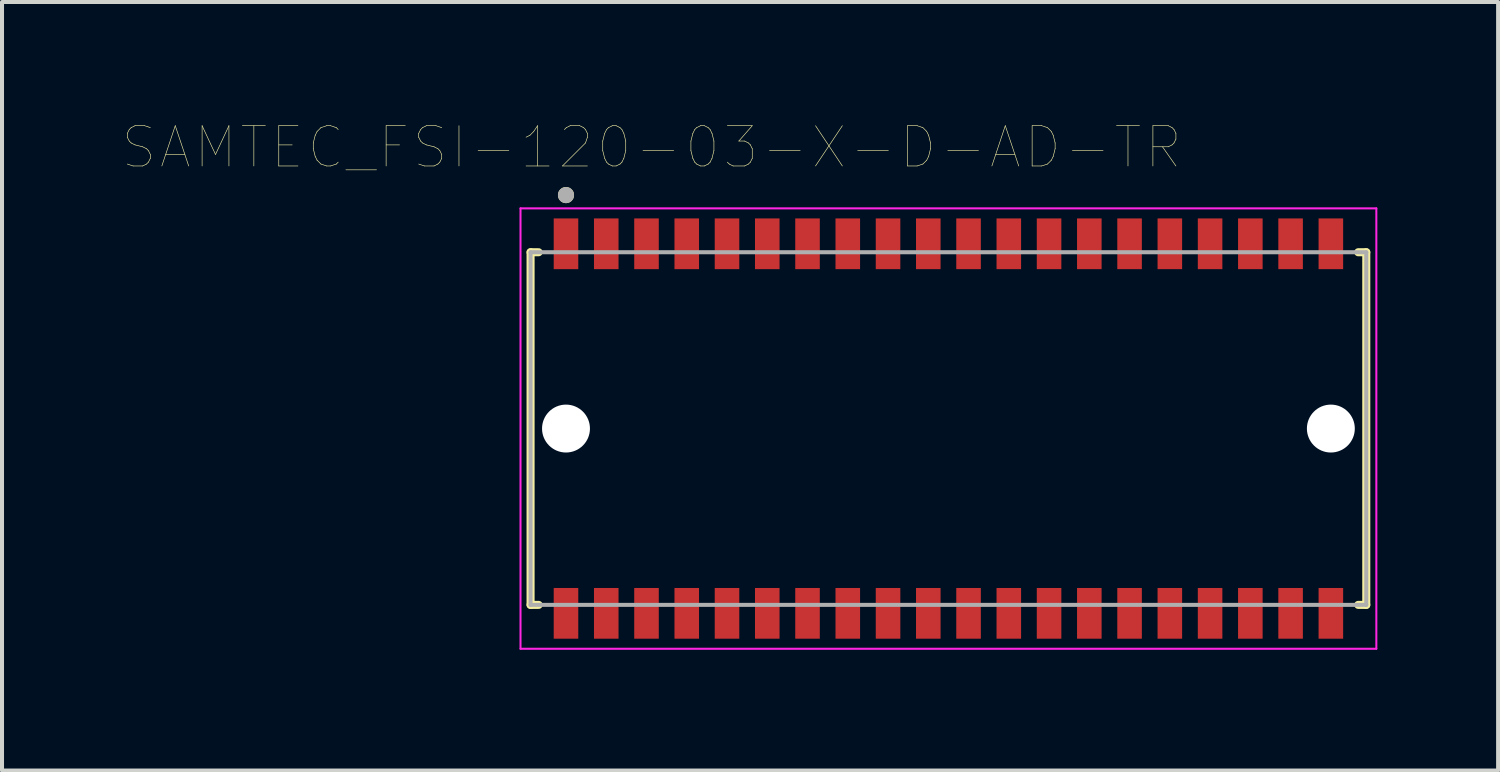
<source format=kicad_pcb>
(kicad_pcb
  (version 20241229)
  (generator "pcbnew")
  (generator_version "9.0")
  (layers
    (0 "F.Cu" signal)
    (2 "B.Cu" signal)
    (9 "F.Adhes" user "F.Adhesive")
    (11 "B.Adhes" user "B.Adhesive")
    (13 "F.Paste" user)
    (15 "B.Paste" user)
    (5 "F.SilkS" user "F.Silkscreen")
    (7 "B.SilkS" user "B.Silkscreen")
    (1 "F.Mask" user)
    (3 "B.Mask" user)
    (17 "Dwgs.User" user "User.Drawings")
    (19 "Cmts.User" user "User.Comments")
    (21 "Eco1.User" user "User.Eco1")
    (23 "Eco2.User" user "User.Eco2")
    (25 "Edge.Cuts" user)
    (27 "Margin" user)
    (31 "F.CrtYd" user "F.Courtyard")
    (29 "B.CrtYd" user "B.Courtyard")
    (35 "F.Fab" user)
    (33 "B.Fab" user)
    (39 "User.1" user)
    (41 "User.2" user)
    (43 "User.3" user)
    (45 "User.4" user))
  (footprint "SAMTEC_FSI-120-03-X-D-AD-TR"
    (layer "F.Cu")
    (at 20.51 7.596)
    (property "Reference" "SAMTEC_FSI-120-03-X-D-AD-TR" (at -7.373 -6.985 0) (layer "F.SilkS") (effects (font (size 1 1) (thickness 0.015))))
    (attr through_hole)
    (fp_line (start -10.38 -4.38) (end -10.38 4.38) (stroke (width 0.2) (type solid)) (layer "F.SilkS"))
    (fp_line (start -10.38 4.38) (end -10.18 4.38) (stroke (width 0.2) (type solid)) (layer "F.SilkS"))
    (fp_line (start -10.18 -4.38) (end -10.38 -4.38) (stroke (width 0.2) (type solid)) (layer "F.SilkS"))
    (fp_line (start 10.18 -4.38) (end 10.38 -4.38) (stroke (width 0.2) (type solid)) (layer "F.SilkS"))
    (fp_line (start 10.38 -4.38) (end 10.38 4.38) (stroke (width 0.2) (type solid)) (layer "F.SilkS"))
    (fp_line (start 10.38 4.38) (end 10.18 4.38) (stroke (width 0.2) (type solid)) (layer "F.SilkS"))
    (fp_circle (center -9.5 -5.8) (end -9.4 -5.8) (stroke (width 0.2) (type solid)) (fill no) (layer "F.SilkS"))
    (fp_line (start -10.63 -5.47) (end 10.63 -5.47) (stroke (width 0.05) (type solid)) (layer "F.CrtYd"))
    (fp_line (start -10.63 5.47) (end -10.63 -5.47) (stroke (width 0.05) (type solid)) (layer "F.CrtYd"))
    (fp_line (start 10.63 -5.47) (end 10.63 5.47) (stroke (width 0.05) (type solid)) (layer "F.CrtYd"))
    (fp_line (start 10.63 5.47) (end -10.63 5.47) (stroke (width 0.05) (type solid)) (layer "F.CrtYd"))
    (fp_line (start -10.38 -4.38) (end 10.38 -4.38) (stroke (width 0.1) (type solid)) (layer "F.Fab"))
    (fp_line (start -10.38 4.38) (end -10.38 -4.38) (stroke (width 0.1) (type solid)) (layer "F.Fab"))
    (fp_line (start 10.38 -4.38) (end 10.38 4.38) (stroke (width 0.1) (type solid)) (layer "F.Fab"))
    (fp_line (start 10.38 4.38) (end -10.38 4.38) (stroke (width 0.1) (type solid)) (layer "F.Fab"))
    (fp_circle (center -9.5 -5.8) (end -9.4 -5.8) (stroke (width 0.2) (type solid)) (fill no) (layer "F.Fab"))
    (pad "" np_thru_hole circle (at -9.5 0) (size 1.19 1.19) (drill 1.19) (layers "*.Cu" "*.Mask"))
    (pad "" np_thru_hole circle (at 9.5 0) (size 1.19 1.19) (drill 1.19) (layers "*.Cu" "*.Mask"))
    (pad "01" smd rect (at -9.5 -4.59) (size 0.61 1.26) (layers "F.Cu" "F.Mask" "F.Paste"))
    (pad "02" smd rect (at -9.5 4.59) (size 0.61 1.26) (layers "F.Cu" "F.Mask" "F.Paste"))
    (pad "03" smd rect (at -8.5 -4.59) (size 0.61 1.26) (layers "F.Cu" "F.Mask" "F.Paste"))
    (pad "04" smd rect (at -8.5 4.59) (size 0.61 1.26) (layers "F.Cu" "F.Mask" "F.Paste"))
    (pad "05" smd rect (at -7.5 -4.59) (size 0.61 1.26) (layers "F.Cu" "F.Mask" "F.Paste"))
    (pad "06" smd rect (at -7.5 4.59) (size 0.61 1.26) (layers "F.Cu" "F.Mask" "F.Paste"))
    (pad "07" smd rect (at -6.5 -4.59) (size 0.61 1.26) (layers "F.Cu" "F.Mask" "F.Paste"))
    (pad "08" smd rect (at -6.5 4.59) (size 0.61 1.26) (layers "F.Cu" "F.Mask" "F.Paste"))
    (pad "09" smd rect (at -5.5 -4.59) (size 0.61 1.26) (layers "F.Cu" "F.Mask" "F.Paste"))
    (pad "10" smd rect (at -5.5 4.59) (size 0.61 1.26) (layers "F.Cu" "F.Mask" "F.Paste"))
    (pad "11" smd rect (at -4.5 -4.59) (size 0.61 1.26) (layers "F.Cu" "F.Mask" "F.Paste"))
    (pad "12" smd rect (at -4.5 4.59) (size 0.61 1.26) (layers "F.Cu" "F.Mask" "F.Paste"))
    (pad "13" smd rect (at -3.5 -4.59) (size 0.61 1.26) (layers "F.Cu" "F.Mask" "F.Paste"))
    (pad "14" smd rect (at -3.5 4.59) (size 0.61 1.26) (layers "F.Cu" "F.Mask" "F.Paste"))
    (pad "15" smd rect (at -2.5 -4.59) (size 0.61 1.26) (layers "F.Cu" "F.Mask" "F.Paste"))
    (pad "16" smd rect (at -2.5 4.59) (size 0.61 1.26) (layers "F.Cu" "F.Mask" "F.Paste"))
    (pad "17" smd rect (at -1.5 -4.59) (size 0.61 1.26) (layers "F.Cu" "F.Mask" "F.Paste"))
    (pad "18" smd rect (at -1.5 4.59) (size 0.61 1.26) (layers "F.Cu" "F.Mask" "F.Paste"))
    (pad "19" smd rect (at -0.5 -4.59) (size 0.61 1.26) (layers "F.Cu" "F.Mask" "F.Paste"))
    (pad "20" smd rect (at -0.5 4.59) (size 0.61 1.26) (layers "F.Cu" "F.Mask" "F.Paste"))
    (pad "21" smd rect (at 0.5 -4.59) (size 0.61 1.26) (layers "F.Cu" "F.Mask" "F.Paste"))
    (pad "22" smd rect (at 0.5 4.59) (size 0.61 1.26) (layers "F.Cu" "F.Mask" "F.Paste"))
    (pad "23" smd rect (at 1.5 -4.59) (size 0.61 1.26) (layers "F.Cu" "F.Mask" "F.Paste"))
    (pad "24" smd rect (at 1.5 4.59) (size 0.61 1.26) (layers "F.Cu" "F.Mask" "F.Paste"))
    (pad "25" smd rect (at 2.5 -4.59) (size 0.61 1.26) (layers "F.Cu" "F.Mask" "F.Paste"))
    (pad "26" smd rect (at 2.5 4.59) (size 0.61 1.26) (layers "F.Cu" "F.Mask" "F.Paste"))
    (pad "27" smd rect (at 3.5 -4.59) (size 0.61 1.26) (layers "F.Cu" "F.Mask" "F.Paste"))
    (pad "28" smd rect (at 3.5 4.59) (size 0.61 1.26) (layers "F.Cu" "F.Mask" "F.Paste"))
    (pad "29" smd rect (at 4.5 -4.59) (size 0.61 1.26) (layers "F.Cu" "F.Mask" "F.Paste"))
    (pad "30" smd rect (at 4.5 4.59) (size 0.61 1.26) (layers "F.Cu" "F.Mask" "F.Paste"))
    (pad "31" smd rect (at 5.5 -4.59) (size 0.61 1.26) (layers "F.Cu" "F.Mask" "F.Paste"))
    (pad "32" smd rect (at 5.5 4.59) (size 0.61 1.26) (layers "F.Cu" "F.Mask" "F.Paste"))
    (pad "33" smd rect (at 6.5 -4.59) (size 0.61 1.26) (layers "F.Cu" "F.Mask" "F.Paste"))
    (pad "34" smd rect (at 6.5 4.59) (size 0.61 1.26) (layers "F.Cu" "F.Mask" "F.Paste"))
    (pad "35" smd rect (at 7.5 -4.59) (size 0.61 1.26) (layers "F.Cu" "F.Mask" "F.Paste"))
    (pad "36" smd rect (at 7.5 4.59) (size 0.61 1.26) (layers "F.Cu" "F.Mask" "F.Paste"))
    (pad "37" smd rect (at 8.5 -4.59) (size 0.61 1.26) (layers "F.Cu" "F.Mask" "F.Paste"))
    (pad "38" smd rect (at 8.5 4.59) (size 0.61 1.26) (layers "F.Cu" "F.Mask" "F.Paste"))
    (pad "39" smd rect (at 9.5 -4.59) (size 0.61 1.26) (layers "F.Cu" "F.Mask" "F.Paste"))
    (pad "40" smd rect (at 9.5 4.59) (size 0.61 1.26) (layers "F.Cu" "F.Mask" "F.Paste")))
  (gr_rect
    (start -3 -3)
    (end 34.165 16.091)
    (stroke (width 0.1) (type default))
    (fill no)
    (layer "Edge.Cuts")))
</source>
